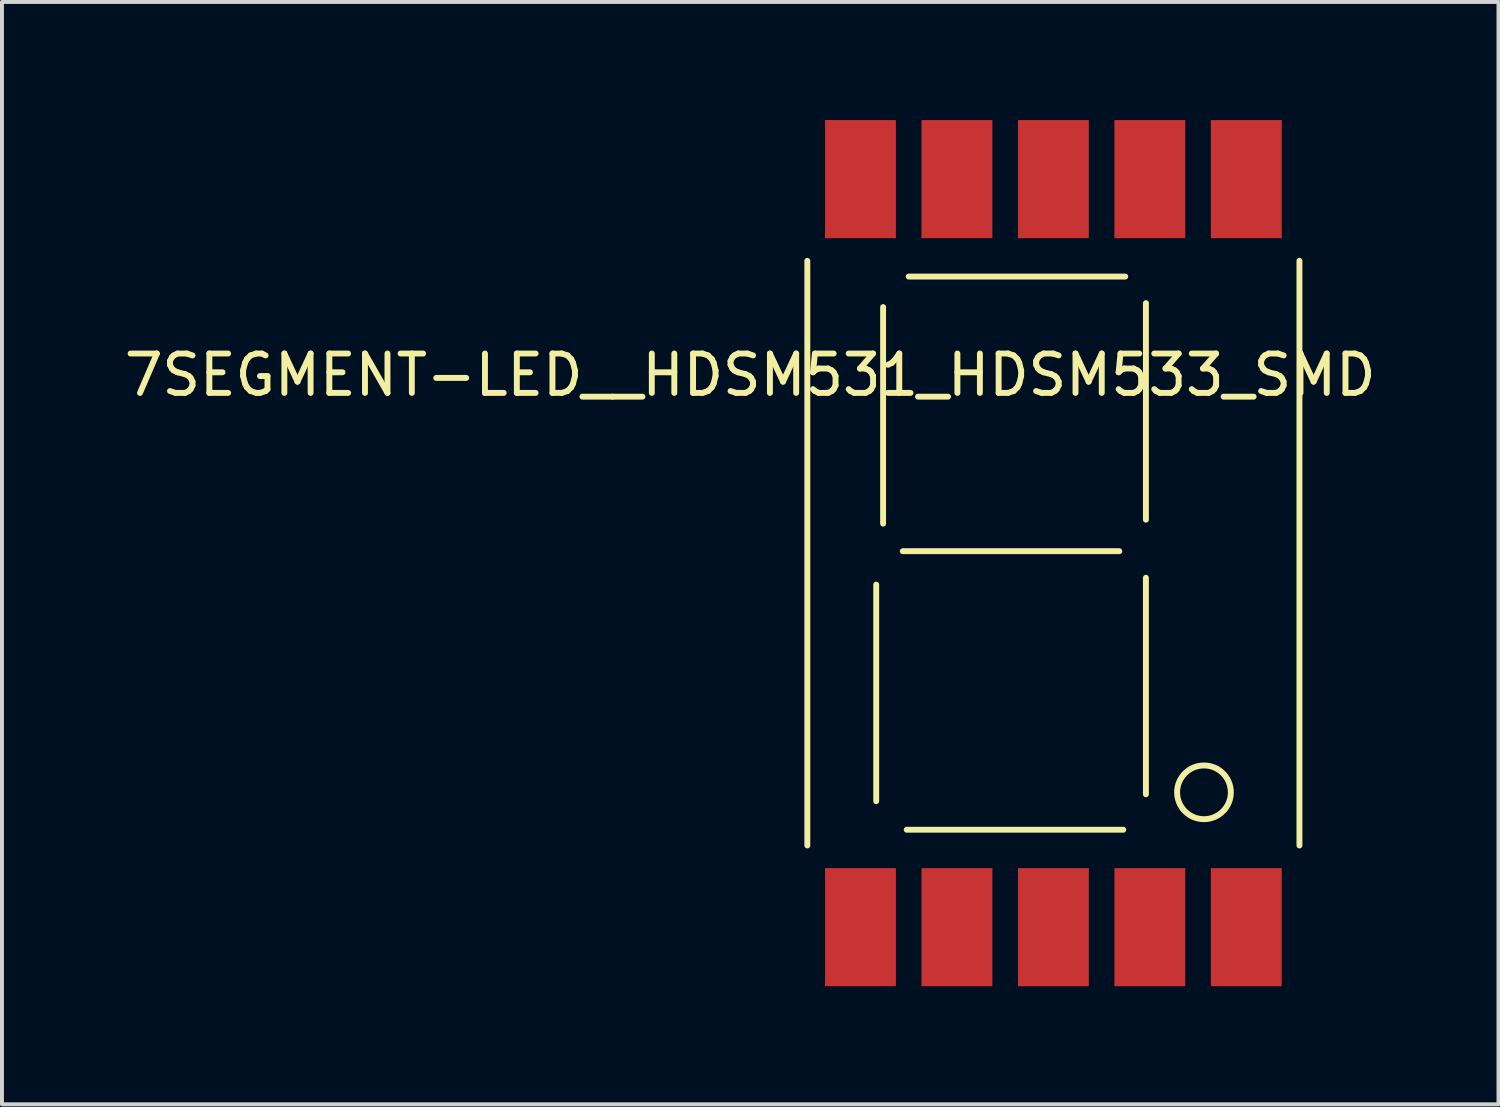
<source format=kicad_pcb>
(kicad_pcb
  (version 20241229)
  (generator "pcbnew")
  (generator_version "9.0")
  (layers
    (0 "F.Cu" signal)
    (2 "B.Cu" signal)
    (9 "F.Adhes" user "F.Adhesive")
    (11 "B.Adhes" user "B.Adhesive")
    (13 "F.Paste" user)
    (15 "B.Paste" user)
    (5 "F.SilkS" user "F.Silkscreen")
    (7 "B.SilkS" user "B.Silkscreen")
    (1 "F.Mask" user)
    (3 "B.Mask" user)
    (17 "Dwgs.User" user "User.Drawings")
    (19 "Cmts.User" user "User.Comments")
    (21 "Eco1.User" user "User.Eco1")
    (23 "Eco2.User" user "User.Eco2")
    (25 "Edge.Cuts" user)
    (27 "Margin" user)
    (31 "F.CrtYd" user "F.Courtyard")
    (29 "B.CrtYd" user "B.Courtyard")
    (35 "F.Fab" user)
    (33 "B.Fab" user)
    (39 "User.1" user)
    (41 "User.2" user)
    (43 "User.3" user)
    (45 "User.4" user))
  (footprint "7SEGMENT-LED__HDSM531_HDSM533_SMD"
    (layer "F.Cu")
    (at 23.706 11)
    (property "Reference" "7SEGMENT-LED__HDSM531_HDSM533_SMD" (at -7.7 -4.525 0) (layer "F.SilkS") (effects (font (size 1 1) (thickness 0.15))))
    (attr smd)
    (fp_line (start -6.25 -7.425) (end -6.25 7.425) (stroke (width 0.15) (type solid)) (layer "F.SilkS"))
    (fp_line (start -4.5 6.3) (end -4.5 0.8) (stroke (width 0.15) (type solid)) (layer "F.SilkS"))
    (fp_line (start -4.325 -0.75) (end -4.325 -6.25) (stroke (width 0.15) (type solid)) (layer "F.SilkS"))
    (fp_line (start -3.825 -0.05) (end 1.675 -0.05) (stroke (width 0.15) (type solid)) (layer "F.SilkS"))
    (fp_line (start -3.725 7.025) (end 1.775 7.025) (stroke (width 0.15) (type solid)) (layer "F.SilkS"))
    (fp_line (start -3.675 -7.025) (end 1.825 -7.025) (stroke (width 0.15) (type solid)) (layer "F.SilkS"))
    (fp_line (start 2.35 -0.85) (end 2.35 -6.35) (stroke (width 0.15) (type solid)) (layer "F.SilkS"))
    (fp_line (start 2.35 6.125) (end 2.35 0.625) (stroke (width 0.15) (type solid)) (layer "F.SilkS"))
    (fp_line (start 6.25 7.425) (end 6.25 -7.425) (stroke (width 0.15) (type solid)) (layer "F.SilkS"))
    (fp_circle (center 3.825 6.075) (end 3.925 6.75) (stroke (width 0.15) (type solid)) (fill no) (layer "F.SilkS"))
    (pad "1" smd rect (at -4.9 9.5) (size 1.8 3) (layers "F.Cu" "F.Mask" "F.Paste"))
    (pad "2" smd rect (at -2.45 9.5) (size 1.8 3) (layers "F.Cu" "F.Mask" "F.Paste"))
    (pad "3" smd rect (at 0 9.5) (size 1.8 3) (layers "F.Cu" "F.Mask" "F.Paste"))
    (pad "4" smd rect (at 2.45 9.5) (size 1.8 3) (layers "F.Cu" "F.Mask" "F.Paste"))
    (pad "5" smd rect (at 4.9 9.5) (size 1.8 3) (layers "F.Cu" "F.Mask" "F.Paste"))
    (pad "6" smd rect (at 4.9 -9.5) (size 1.8 3) (layers "F.Cu" "F.Mask" "F.Paste"))
    (pad "7" smd rect (at 2.45 -9.5) (size 1.8 3) (layers "F.Cu" "F.Mask" "F.Paste"))
    (pad "8" smd rect (at 0 -9.5) (size 1.8 3) (layers "F.Cu" "F.Mask" "F.Paste"))
    (pad "9" smd rect (at -2.45 -9.5) (size 1.8 3) (layers "F.Cu" "F.Mask" "F.Paste"))
    (pad "10" smd rect (at -4.9 -9.5) (size 1.8 3) (layers "F.Cu" "F.Mask" "F.Paste")))
  (gr_rect
    (start -3 -3)
    (end 35.012 25)
    (stroke (width 0.1) (type default))
    (fill no)
    (layer "Edge.Cuts")))
</source>
